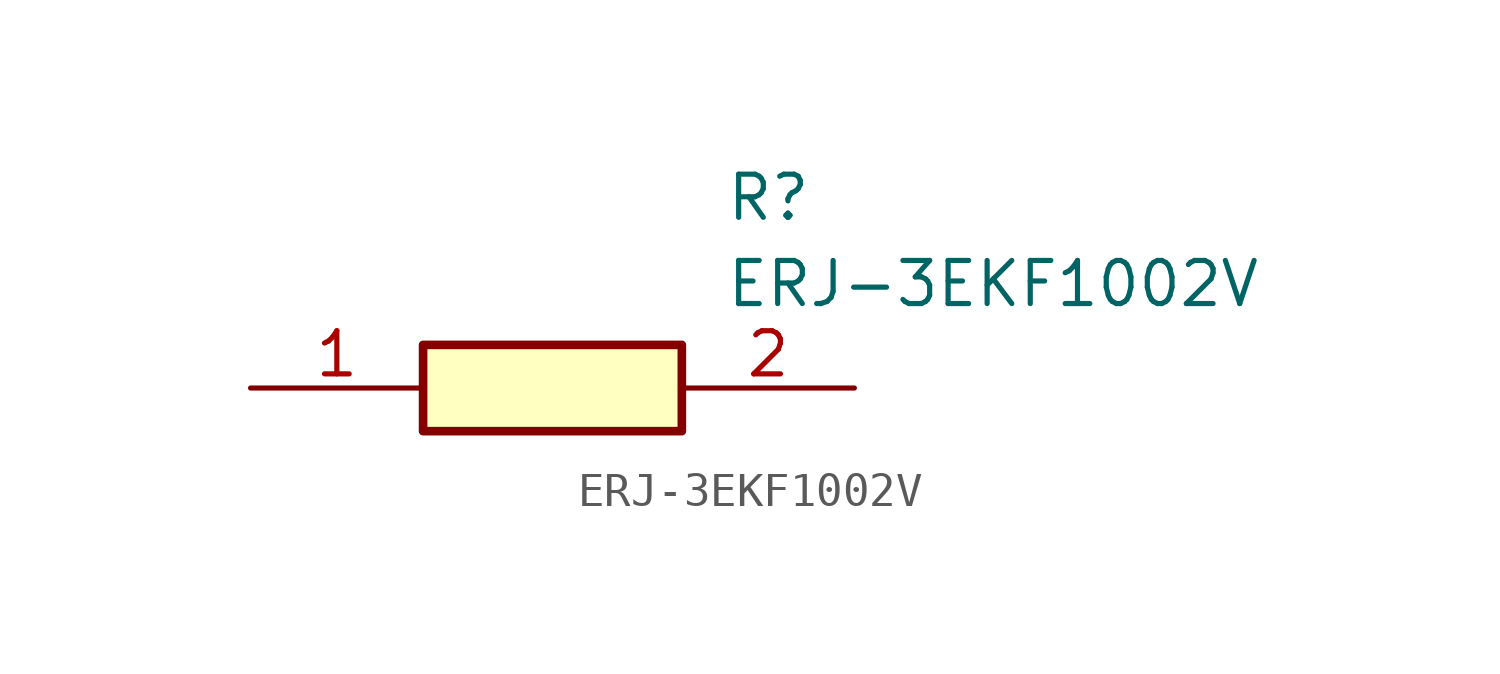
<source format=kicad_sym>
(kicad_symbol_lib
  (version 20211014)
  (generator SamacSys_ECAD_Model)
  (symbol "ERJ-3EKF1002V"
    (pin_names hide)
    (property "Reference" "R"
      (at 13.97 6.35 0)
      (effects (font (size 1.27 1.27)) (justify left top)))
    (property "Value" "ERJ-3EKF1002V"
      (at 13.97 3.81 0)
      (effects (font (size 1.27 1.27)) (justify left top)))
    (rectangle
      (start 5.08 1.27)
      (end 12.7 -1.27)
      (stroke (width 0.254) (type default))
      (fill (type background)))
    (pin passive line
      (at 0 0 0)
      (length 5.08)
      (name "1" (effects (font (size 1.27 1.27))))
      (number "1" (effects (font (size 1.27 1.27)))))
    (pin passive line
      (at 17.78 0 180)
      (length 5.08)
      (name "2" (effects (font (size 1.27 1.27))))
      (number "2" (effects (font (size 1.27 1.27)))))))
</source>
